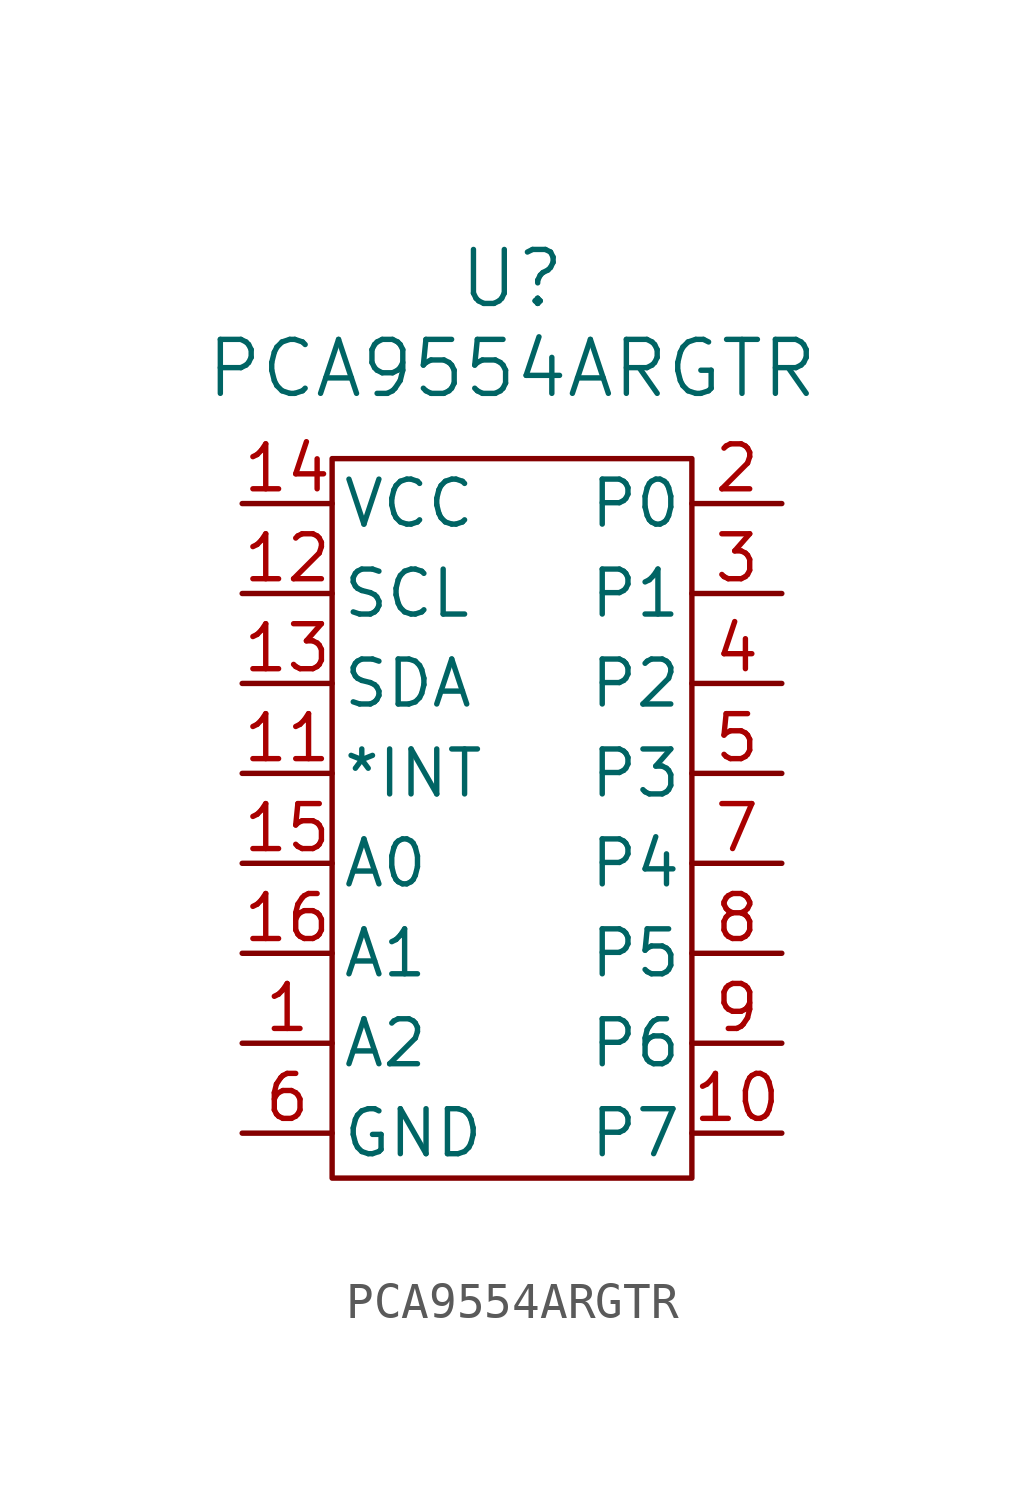
<source format=kicad_sym>
(kicad_symbol_lib
  (version 20241209)
  (generator "kicad_symbol_editor")
  (generator_version "9.0")
  (symbol "PCA9554ARGTR"
    (pin_names
      (offset 0.254))
    (property "Reference" "U"
      (at 0 15.24 0)
      (effects (font (size 1.524 1.524))))
    (property "Value" "PCA9554ARGTR"
      (at 0 12.7 0)
      (effects (font (size 1.524 1.524))))
    (symbol "PCA9554ARGTR_0_1"
      (pin power_in line (at -7.62 8.89 0) (length 2.54) (name "VCC" (effects (font (size 1.27 1.27)))) (number "14" (effects (font (size 1.27 1.27)))))
      (pin unspecified line (at -7.62 6.35 0) (length 2.54) (name "SCL" (effects (font (size 1.27 1.27)))) (number "12" (effects (font (size 1.27 1.27)))))
      (pin unspecified line (at -7.62 3.81 0) (length 2.54) (name "SDA" (effects (font (size 1.27 1.27)))) (number "13" (effects (font (size 1.27 1.27)))))
      (pin output line (at -7.62 1.27 0) (length 2.54) (name "*INT" (effects (font (size 1.27 1.27)))) (number "11" (effects (font (size 1.27 1.27)))))
      (pin input line (at -7.62 -1.27 0) (length 2.54) (name "A0" (effects (font (size 1.27 1.27)))) (number "15" (effects (font (size 1.27 1.27)))))
      (pin input line (at -7.62 -3.81 0) (length 2.54) (name "A1" (effects (font (size 1.27 1.27)))) (number "16" (effects (font (size 1.27 1.27)))))
      (pin input line (at -7.62 -6.35 0) (length 2.54) (name "A2" (effects (font (size 1.27 1.27)))) (number "1" (effects (font (size 1.27 1.27)))))
      (pin power_in line (at -7.62 -8.89 0) (length 2.54) (name "GND" (effects (font (size 1.27 1.27)))) (number "6" (effects (font (size 1.27 1.27)))))
      (pin bidirectional line (at 7.62 8.89 180) (length 2.54) (name "P0" (effects (font (size 1.27 1.27)))) (number "2" (effects (font (size 1.27 1.27)))))
      (pin bidirectional line (at 7.62 6.35 180) (length 2.54) (name "P1" (effects (font (size 1.27 1.27)))) (number "3" (effects (font (size 1.27 1.27)))))
      (pin bidirectional line (at 7.62 3.81 180) (length 2.54) (name "P2" (effects (font (size 1.27 1.27)))) (number "4" (effects (font (size 1.27 1.27)))))
      (pin bidirectional line (at 7.62 1.27 180) (length 2.54) (name "P3" (effects (font (size 1.27 1.27)))) (number "5" (effects (font (size 1.27 1.27)))))
      (pin bidirectional line (at 7.62 -1.27 180) (length 2.54) (name "P4" (effects (font (size 1.27 1.27)))) (number "7" (effects (font (size 1.27 1.27)))))
      (pin bidirectional line (at 7.62 -3.81 180) (length 2.54) (name "P5" (effects (font (size 1.27 1.27)))) (number "8" (effects (font (size 1.27 1.27)))))
      (pin bidirectional line (at 7.62 -6.35 180) (length 2.54) (name "P6" (effects (font (size 1.27 1.27)))) (number "9" (effects (font (size 1.27 1.27)))))
      (pin bidirectional line (at 7.62 -8.89 180) (length 2.54) (name "P7" (effects (font (size 1.27 1.27)))) (number "10" (effects (font (size 1.27 1.27))))))
    (symbol "PCA9554ARGTR_1_1"
      (rectangle (start -5.08 10.16) (end 5.08 -10.16) (stroke (width 0) (type default)) (fill (type none))))))
</source>
